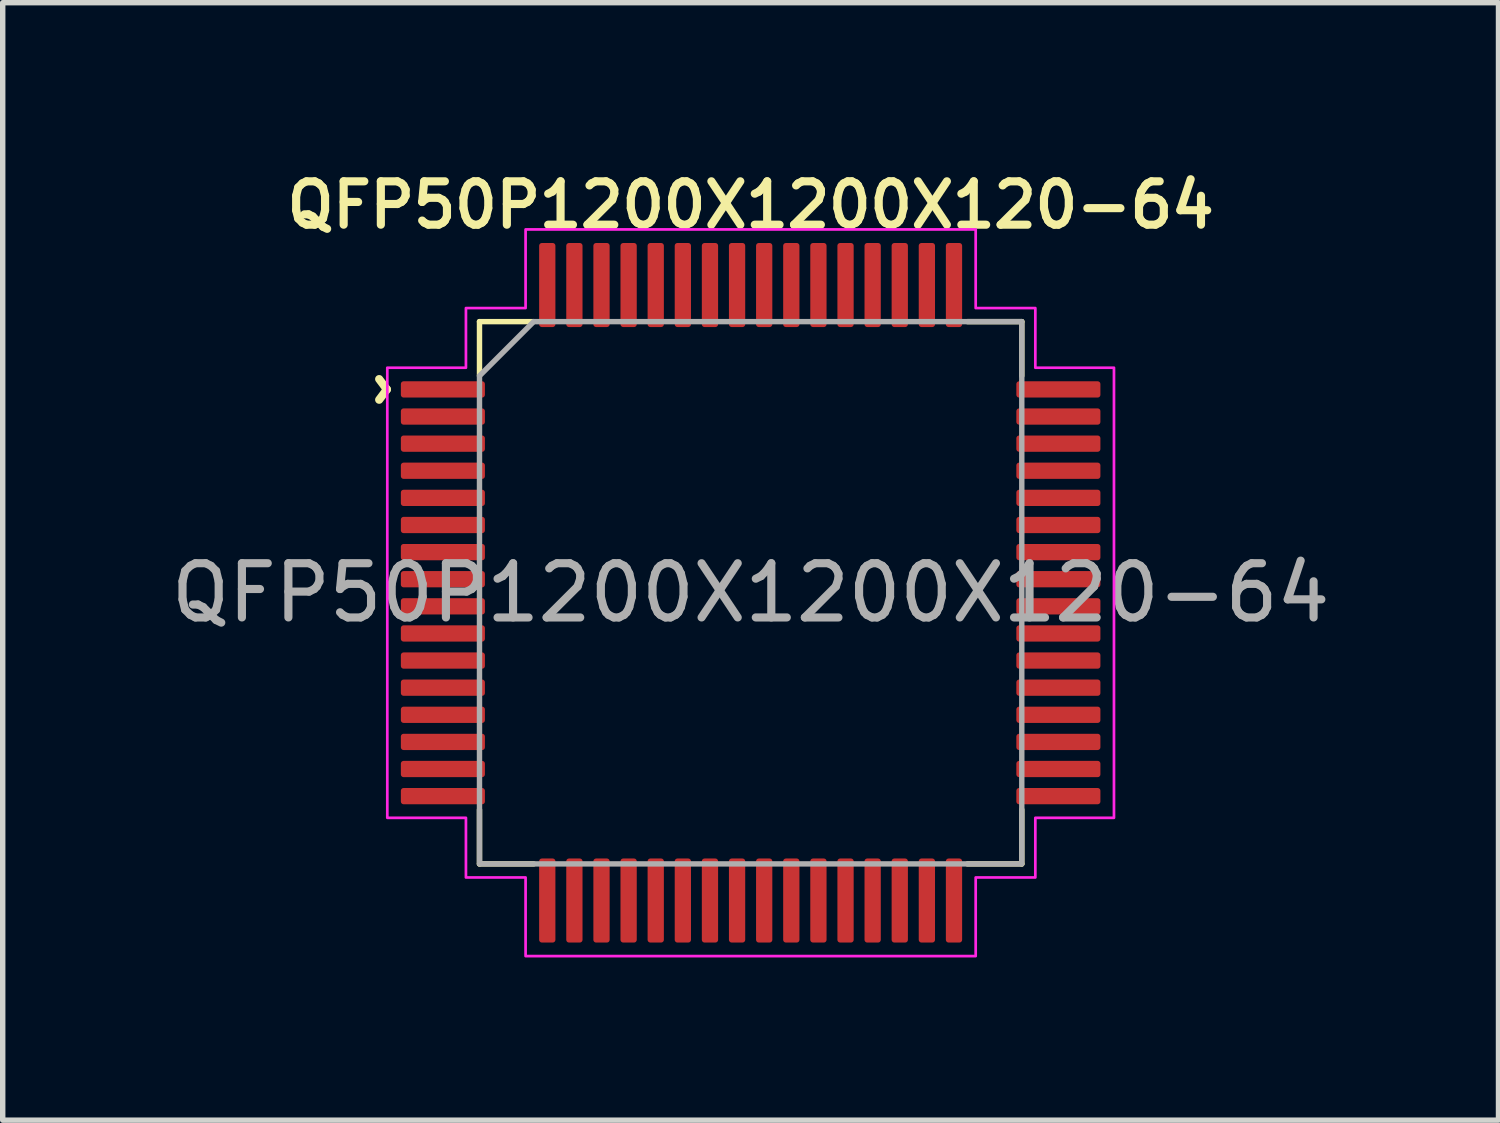
<source format=kicad_pcb>
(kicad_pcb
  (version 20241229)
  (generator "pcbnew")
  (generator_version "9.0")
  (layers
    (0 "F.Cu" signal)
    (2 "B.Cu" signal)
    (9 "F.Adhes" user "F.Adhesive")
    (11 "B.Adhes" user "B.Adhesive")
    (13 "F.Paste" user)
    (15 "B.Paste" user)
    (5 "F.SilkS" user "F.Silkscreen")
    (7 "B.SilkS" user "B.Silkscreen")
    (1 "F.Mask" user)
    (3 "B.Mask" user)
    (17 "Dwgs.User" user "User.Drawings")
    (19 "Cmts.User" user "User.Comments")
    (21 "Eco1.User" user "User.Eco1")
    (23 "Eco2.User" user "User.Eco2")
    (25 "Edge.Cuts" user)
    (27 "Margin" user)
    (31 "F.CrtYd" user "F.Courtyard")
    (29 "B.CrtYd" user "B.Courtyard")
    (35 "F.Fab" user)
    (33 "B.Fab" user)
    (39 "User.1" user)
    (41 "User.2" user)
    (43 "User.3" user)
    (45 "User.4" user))
  (footprint "QFP50P1200X1200X120-64"
    (layer "F.Cu")
    (at 10.792 7.881)
    (property "Reference" "QFP50P1200X1200X120-64" (at 0 -7.15 0) (layer "F.SilkS") (effects (font (size 0.8 0.8) (thickness 0.15))))
    (attr smd)
    (fp_line (start -5 -5) (end -5 -4) (stroke (width 0.1) (type solid)) (layer "F.SilkS"))
    (fp_line (start -5 4) (end -5 5) (stroke (width 0.1) (type solid)) (layer "F.SilkS"))
    (fp_line (start -5 5) (end -4 5) (stroke (width 0.1) (type solid)) (layer "F.SilkS"))
    (fp_line (start -4 -5) (end -5 -5) (stroke (width 0.1) (type solid)) (layer "F.SilkS"))
    (fp_line (start 4 5) (end 5 5) (stroke (width 0.1) (type solid)) (layer "F.SilkS"))
    (fp_line (start 5 -5) (end 4 -5) (stroke (width 0.1) (type solid)) (layer "F.SilkS"))
    (fp_line (start 5 -4) (end 5 -5) (stroke (width 0.1) (type solid)) (layer "F.SilkS"))
    (fp_line (start 5 5) (end 5 4) (stroke (width 0.1) (type solid)) (layer "F.SilkS"))
    (fp_poly (pts (xy 6.7 -4.15) (xy 5.25 -4.15) (xy 5.25 -5.25) (xy 4.15 -5.25) (xy 4.15 -6.7) (xy 0 -6.7) (xy -4.15 -6.7) (xy -4.15 -5.25) (xy -5.25 -5.25) (xy -5.25 -4.15) (xy -6.7 -4.15) (xy -6.7 0) (xy -6.7 4.15) (xy -5.25 4.15) (xy -5.25 5.25) (xy -4.15 5.25) (xy -4.15 6.7) (xy 0 6.7) (xy 4.15 6.7) (xy 4.15 5.25) (xy 5.25 5.25) (xy 5.25 4.15) (xy 6.7 4.15) (xy 6.7 0)) (stroke (width 0.05) (type solid)) (fill no) (layer "F.CrtYd"))
    (fp_poly (pts (xy -4 -5) (xy -5 -4) (xy -5 5) (xy 5 5) (xy 5 -5)) (stroke (width 0.1) (type solid)) (fill no) (layer "F.Fab"))
    (fp_text user "^" (at -7.3 -3.75 270) (unlocked yes) (layer "F.SilkS") (effects (font (size 1 1) (thickness 0.15))))
    (fp_text user "${REFERENCE}" (at 0 0 0) (layer "F.Fab") (effects (font (size 1 1) (thickness 0.15))))
    (pad "1" smd roundrect (at -5.675 -3.75) (size 1.55 0.3) (layers "F.Cu" "F.Mask" "F.Paste") (roundrect_rratio 0.167))
    (pad "2" smd roundrect (at -5.675 -3.25) (size 1.55 0.3) (layers "F.Cu" "F.Mask" "F.Paste") (roundrect_rratio 0.167))
    (pad "3" smd roundrect (at -5.675 -2.75) (size 1.55 0.3) (layers "F.Cu" "F.Mask" "F.Paste") (roundrect_rratio 0.167))
    (pad "4" smd roundrect (at -5.675 -2.25) (size 1.55 0.3) (layers "F.Cu" "F.Mask" "F.Paste") (roundrect_rratio 0.167))
    (pad "5" smd roundrect (at -5.675 -1.75) (size 1.55 0.3) (layers "F.Cu" "F.Mask" "F.Paste") (roundrect_rratio 0.167))
    (pad "6" smd roundrect (at -5.675 -1.25) (size 1.55 0.3) (layers "F.Cu" "F.Mask" "F.Paste") (roundrect_rratio 0.167))
    (pad "7" smd roundrect (at -5.675 -0.75) (size 1.55 0.3) (layers "F.Cu" "F.Mask" "F.Paste") (roundrect_rratio 0.167))
    (pad "8" smd roundrect (at -5.675 -0.25) (size 1.55 0.3) (layers "F.Cu" "F.Mask" "F.Paste") (roundrect_rratio 0.167))
    (pad "9" smd roundrect (at -5.675 0.25) (size 1.55 0.3) (layers "F.Cu" "F.Mask" "F.Paste") (roundrect_rratio 0.167))
    (pad "10" smd roundrect (at -5.675 0.75) (size 1.55 0.3) (layers "F.Cu" "F.Mask" "F.Paste") (roundrect_rratio 0.167))
    (pad "11" smd roundrect (at -5.675 1.25) (size 1.55 0.3) (layers "F.Cu" "F.Mask" "F.Paste") (roundrect_rratio 0.167))
    (pad "12" smd roundrect (at -5.675 1.75) (size 1.55 0.3) (layers "F.Cu" "F.Mask" "F.Paste") (roundrect_rratio 0.167))
    (pad "13" smd roundrect (at -5.675 2.25) (size 1.55 0.3) (layers "F.Cu" "F.Mask" "F.Paste") (roundrect_rratio 0.167))
    (pad "14" smd roundrect (at -5.675 2.75) (size 1.55 0.3) (layers "F.Cu" "F.Mask" "F.Paste") (roundrect_rratio 0.167))
    (pad "15" smd roundrect (at -5.675 3.25) (size 1.55 0.3) (layers "F.Cu" "F.Mask" "F.Paste") (roundrect_rratio 0.167))
    (pad "16" smd roundrect (at -5.675 3.75) (size 1.55 0.3) (layers "F.Cu" "F.Mask" "F.Paste") (roundrect_rratio 0.167))
    (pad "17" smd roundrect (at -3.75 5.675) (size 0.3 1.55) (layers "F.Cu" "F.Mask" "F.Paste") (roundrect_rratio 0.167))
    (pad "18" smd roundrect (at -3.25 5.675) (size 0.3 1.55) (layers "F.Cu" "F.Mask" "F.Paste") (roundrect_rratio 0.167))
    (pad "19" smd roundrect (at -2.75 5.675) (size 0.3 1.55) (layers "F.Cu" "F.Mask" "F.Paste") (roundrect_rratio 0.167))
    (pad "20" smd roundrect (at -2.25 5.675) (size 0.3 1.55) (layers "F.Cu" "F.Mask" "F.Paste") (roundrect_rratio 0.167))
    (pad "21" smd roundrect (at -1.75 5.675) (size 0.3 1.55) (layers "F.Cu" "F.Mask" "F.Paste") (roundrect_rratio 0.167))
    (pad "22" smd roundrect (at -1.25 5.675) (size 0.3 1.55) (layers "F.Cu" "F.Mask" "F.Paste") (roundrect_rratio 0.167))
    (pad "23" smd roundrect (at -0.75 5.675) (size 0.3 1.55) (layers "F.Cu" "F.Mask" "F.Paste") (roundrect_rratio 0.167))
    (pad "24" smd roundrect (at -0.25 5.675) (size 0.3 1.55) (layers "F.Cu" "F.Mask" "F.Paste") (roundrect_rratio 0.167))
    (pad "25" smd roundrect (at 0.25 5.675) (size 0.3 1.55) (layers "F.Cu" "F.Mask" "F.Paste") (roundrect_rratio 0.167))
    (pad "26" smd roundrect (at 0.75 5.675) (size 0.3 1.55) (layers "F.Cu" "F.Mask" "F.Paste") (roundrect_rratio 0.167))
    (pad "27" smd roundrect (at 1.25 5.675) (size 0.3 1.55) (layers "F.Cu" "F.Mask" "F.Paste") (roundrect_rratio 0.167))
    (pad "28" smd roundrect (at 1.75 5.675) (size 0.3 1.55) (layers "F.Cu" "F.Mask" "F.Paste") (roundrect_rratio 0.167))
    (pad "29" smd roundrect (at 2.25 5.675) (size 0.3 1.55) (layers "F.Cu" "F.Mask" "F.Paste") (roundrect_rratio 0.167))
    (pad "30" smd roundrect (at 2.75 5.675) (size 0.3 1.55) (layers "F.Cu" "F.Mask" "F.Paste") (roundrect_rratio 0.167))
    (pad "31" smd roundrect (at 3.25 5.675) (size 0.3 1.55) (layers "F.Cu" "F.Mask" "F.Paste") (roundrect_rratio 0.167))
    (pad "32" smd roundrect (at 3.75 5.675) (size 0.3 1.55) (layers "F.Cu" "F.Mask" "F.Paste") (roundrect_rratio 0.167))
    (pad "33" smd roundrect (at 5.675 3.75) (size 1.55 0.3) (layers "F.Cu" "F.Mask" "F.Paste") (roundrect_rratio 0.167))
    (pad "34" smd roundrect (at 5.675 3.25) (size 1.55 0.3) (layers "F.Cu" "F.Mask" "F.Paste") (roundrect_rratio 0.167))
    (pad "35" smd roundrect (at 5.675 2.75) (size 1.55 0.3) (layers "F.Cu" "F.Mask" "F.Paste") (roundrect_rratio 0.167))
    (pad "36" smd roundrect (at 5.675 2.25) (size 1.55 0.3) (layers "F.Cu" "F.Mask" "F.Paste") (roundrect_rratio 0.167))
    (pad "37" smd roundrect (at 5.675 1.75) (size 1.55 0.3) (layers "F.Cu" "F.Mask" "F.Paste") (roundrect_rratio 0.167))
    (pad "38" smd roundrect (at 5.675 1.25) (size 1.55 0.3) (layers "F.Cu" "F.Mask" "F.Paste") (roundrect_rratio 0.167))
    (pad "39" smd roundrect (at 5.675 0.75) (size 1.55 0.3) (layers "F.Cu" "F.Mask" "F.Paste") (roundrect_rratio 0.167))
    (pad "40" smd roundrect (at 5.675 0.25) (size 1.55 0.3) (layers "F.Cu" "F.Mask" "F.Paste") (roundrect_rratio 0.167))
    (pad "41" smd roundrect (at 5.675 -0.25) (size 1.55 0.3) (layers "F.Cu" "F.Mask" "F.Paste") (roundrect_rratio 0.167))
    (pad "42" smd roundrect (at 5.675 -0.75) (size 1.55 0.3) (layers "F.Cu" "F.Mask" "F.Paste") (roundrect_rratio 0.167))
    (pad "43" smd roundrect (at 5.675 -1.25) (size 1.55 0.3) (layers "F.Cu" "F.Mask" "F.Paste") (roundrect_rratio 0.167))
    (pad "44" smd roundrect (at 5.675 -1.75) (size 1.55 0.3) (layers "F.Cu" "F.Mask" "F.Paste") (roundrect_rratio 0.167))
    (pad "45" smd roundrect (at 5.675 -2.25) (size 1.55 0.3) (layers "F.Cu" "F.Mask" "F.Paste") (roundrect_rratio 0.167))
    (pad "46" smd roundrect (at 5.675 -2.75) (size 1.55 0.3) (layers "F.Cu" "F.Mask" "F.Paste") (roundrect_rratio 0.167))
    (pad "47" smd roundrect (at 5.675 -3.25) (size 1.55 0.3) (layers "F.Cu" "F.Mask" "F.Paste") (roundrect_rratio 0.167))
    (pad "48" smd roundrect (at 5.675 -3.75) (size 1.55 0.3) (layers "F.Cu" "F.Mask" "F.Paste") (roundrect_rratio 0.167))
    (pad "49" smd roundrect (at 3.75 -5.675) (size 0.3 1.55) (layers "F.Cu" "F.Mask" "F.Paste") (roundrect_rratio 0.167))
    (pad "50" smd roundrect (at 3.25 -5.675) (size 0.3 1.55) (layers "F.Cu" "F.Mask" "F.Paste") (roundrect_rratio 0.167))
    (pad "51" smd roundrect (at 2.75 -5.675) (size 0.3 1.55) (layers "F.Cu" "F.Mask" "F.Paste") (roundrect_rratio 0.167))
    (pad "52" smd roundrect (at 2.25 -5.675) (size 0.3 1.55) (layers "F.Cu" "F.Mask" "F.Paste") (roundrect_rratio 0.167))
    (pad "53" smd roundrect (at 1.75 -5.675) (size 0.3 1.55) (layers "F.Cu" "F.Mask" "F.Paste") (roundrect_rratio 0.167))
    (pad "54" smd roundrect (at 1.25 -5.675) (size 0.3 1.55) (layers "F.Cu" "F.Mask" "F.Paste") (roundrect_rratio 0.167))
    (pad "55" smd roundrect (at 0.75 -5.675) (size 0.3 1.55) (layers "F.Cu" "F.Mask" "F.Paste") (roundrect_rratio 0.167))
    (pad "56" smd roundrect (at 0.25 -5.675) (size 0.3 1.55) (layers "F.Cu" "F.Mask" "F.Paste") (roundrect_rratio 0.167))
    (pad "57" smd roundrect (at -0.25 -5.675) (size 0.3 1.55) (layers "F.Cu" "F.Mask" "F.Paste") (roundrect_rratio 0.167))
    (pad "58" smd roundrect (at -0.75 -5.675) (size 0.3 1.55) (layers "F.Cu" "F.Mask" "F.Paste") (roundrect_rratio 0.167))
    (pad "59" smd roundrect (at -1.25 -5.675) (size 0.3 1.55) (layers "F.Cu" "F.Mask" "F.Paste") (roundrect_rratio 0.167))
    (pad "60" smd roundrect (at -1.75 -5.675) (size 0.3 1.55) (layers "F.Cu" "F.Mask" "F.Paste") (roundrect_rratio 0.167))
    (pad "61" smd roundrect (at -2.25 -5.675) (size 0.3 1.55) (layers "F.Cu" "F.Mask" "F.Paste") (roundrect_rratio 0.167))
    (pad "62" smd roundrect (at -2.75 -5.675) (size 0.3 1.55) (layers "F.Cu" "F.Mask" "F.Paste") (roundrect_rratio 0.167))
    (pad "63" smd roundrect (at -3.25 -5.675) (size 0.3 1.55) (layers "F.Cu" "F.Mask" "F.Paste") (roundrect_rratio 0.167))
    (pad "64" smd roundrect (at -3.75 -5.675) (size 0.3 1.55) (layers "F.Cu" "F.Mask" "F.Paste") (roundrect_rratio 0.167)))
  (gr_rect
    (start -3 -3)
    (end 24.583 17.606)
    (stroke (width 0.1) (type default))
    (fill no)
    (layer "Edge.Cuts")))
</source>
